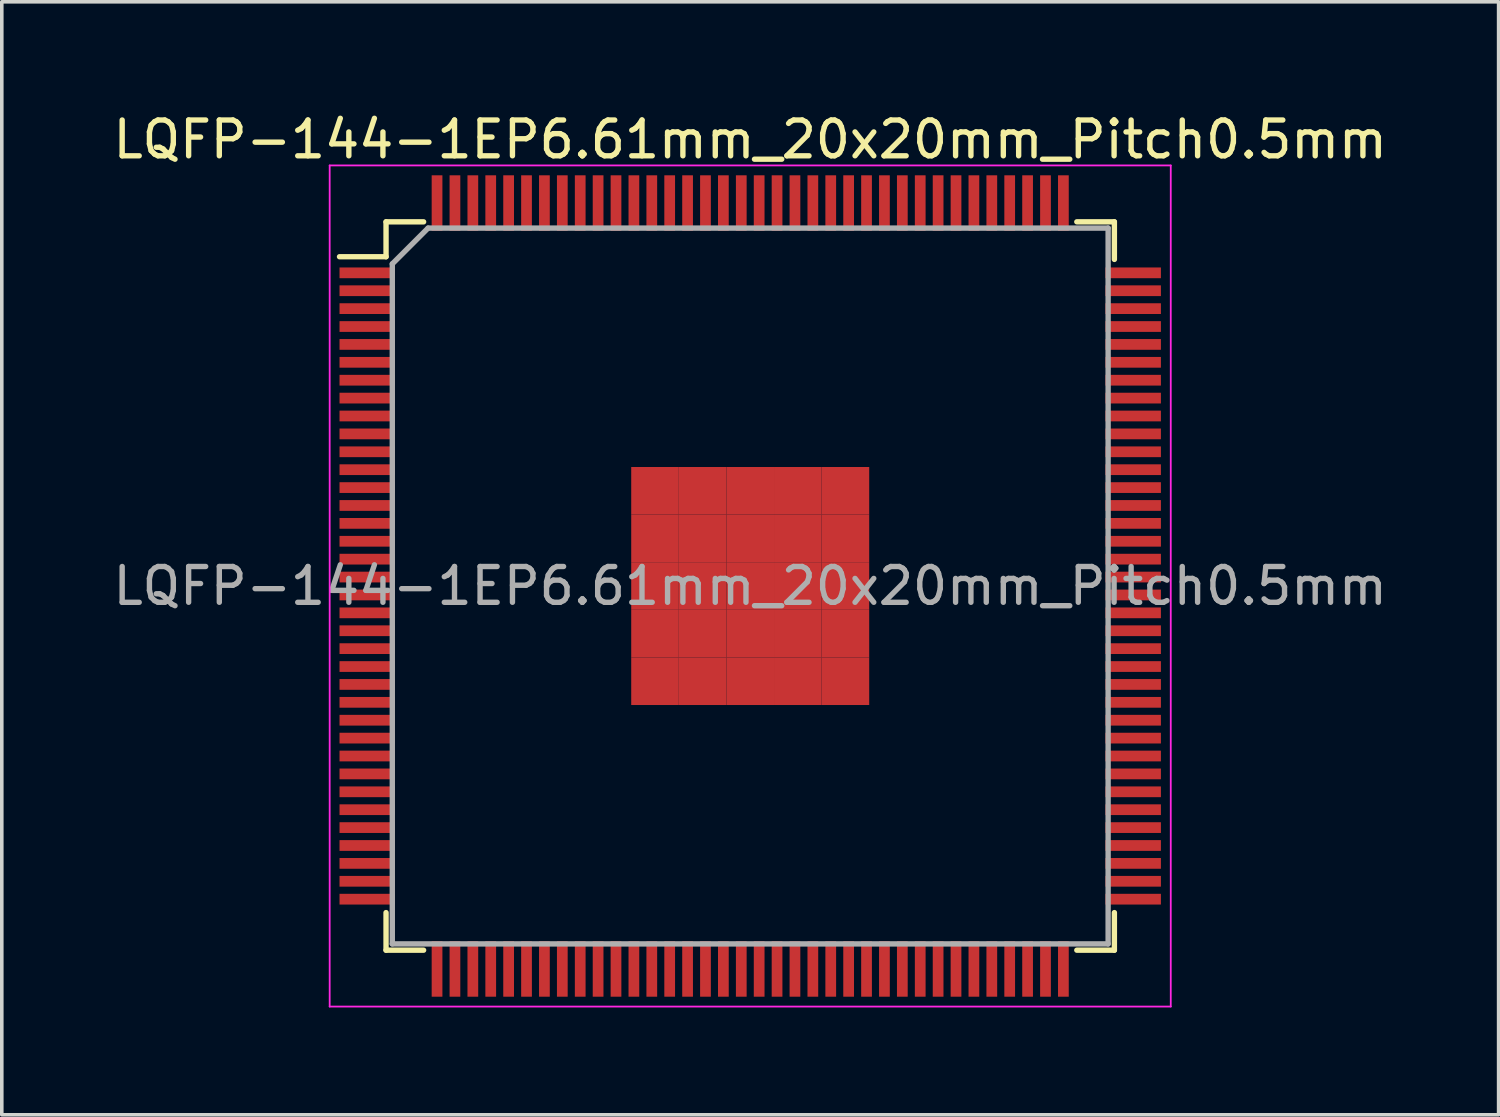
<source format=kicad_pcb>
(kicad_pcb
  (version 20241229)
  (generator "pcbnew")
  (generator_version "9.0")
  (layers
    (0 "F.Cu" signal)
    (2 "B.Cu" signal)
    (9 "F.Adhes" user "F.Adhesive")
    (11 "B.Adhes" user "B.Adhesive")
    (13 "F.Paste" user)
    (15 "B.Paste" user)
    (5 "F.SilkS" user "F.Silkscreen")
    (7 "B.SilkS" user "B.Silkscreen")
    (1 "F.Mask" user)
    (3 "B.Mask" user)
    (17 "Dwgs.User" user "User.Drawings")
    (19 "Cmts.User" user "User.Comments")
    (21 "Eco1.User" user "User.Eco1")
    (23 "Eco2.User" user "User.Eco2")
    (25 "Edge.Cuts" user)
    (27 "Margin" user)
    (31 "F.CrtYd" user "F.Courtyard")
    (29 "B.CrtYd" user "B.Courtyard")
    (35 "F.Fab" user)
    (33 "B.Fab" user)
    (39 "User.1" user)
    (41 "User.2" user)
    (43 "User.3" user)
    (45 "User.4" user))
  (footprint "LQFP-144-1EP6.61mm_20x20mm_Pitch0.5mm"
    (layer "F.Cu")
    (at 17.911 13.323)
    (property "Reference" "LQFP-144-1EP6.61mm_20x20mm_Pitch0.5mm" (at 0 -12.475 0) (layer "F.SilkS") (effects (font (size 1 1) (thickness 0.15))))
    (attr smd)
    (fp_line (start -10.175 -10.175) (end -10.175 -9.2) (stroke (width 0.15) (type solid)) (layer "F.SilkS"))
    (fp_line (start -10.175 -10.175) (end -9.125 -10.175) (stroke (width 0.15) (type solid)) (layer "F.SilkS"))
    (fp_line (start -10.175 -9.2) (end -11.475 -9.2) (stroke (width 0.15) (type solid)) (layer "F.SilkS"))
    (fp_line (start -10.175 10.175) (end -10.175 9.125) (stroke (width 0.15) (type solid)) (layer "F.SilkS"))
    (fp_line (start -10.175 10.175) (end -9.125 10.175) (stroke (width 0.15) (type solid)) (layer "F.SilkS"))
    (fp_line (start 10.175 -10.175) (end 9.125 -10.175) (stroke (width 0.15) (type solid)) (layer "F.SilkS"))
    (fp_line (start 10.175 -10.175) (end 10.175 -9.125) (stroke (width 0.15) (type solid)) (layer "F.SilkS"))
    (fp_line (start 10.175 10.175) (end 9.125 10.175) (stroke (width 0.15) (type solid)) (layer "F.SilkS"))
    (fp_line (start 10.175 10.175) (end 10.175 9.125) (stroke (width 0.15) (type solid)) (layer "F.SilkS"))
    (fp_line (start -11.75 -11.75) (end -11.75 11.75) (stroke (width 0.05) (type solid)) (layer "F.CrtYd"))
    (fp_line (start -11.75 -11.75) (end 11.75 -11.75) (stroke (width 0.05) (type solid)) (layer "F.CrtYd"))
    (fp_line (start -11.75 11.75) (end 11.75 11.75) (stroke (width 0.05) (type solid)) (layer "F.CrtYd"))
    (fp_line (start 11.75 -11.75) (end 11.75 11.75) (stroke (width 0.05) (type solid)) (layer "F.CrtYd"))
    (fp_line (start -10 -9) (end -9 -10) (stroke (width 0.15) (type solid)) (layer "F.Fab"))
    (fp_line (start -10 10) (end -10 -9) (stroke (width 0.15) (type solid)) (layer "F.Fab"))
    (fp_line (start -9 -10) (end 10 -10) (stroke (width 0.15) (type solid)) (layer "F.Fab"))
    (fp_line (start 10 -10) (end 10 10) (stroke (width 0.15) (type solid)) (layer "F.Fab"))
    (fp_line (start 10 10) (end -10 10) (stroke (width 0.15) (type solid)) (layer "F.Fab"))
    (fp_text user "${REFERENCE}" (at 0 0 0) (layer "F.Fab") (effects (font (size 1 1) (thickness 0.15))))
    (pad "1" smd rect (at -10.7 -8.75) (size 1.55 0.3) (layers "F.Cu" "F.Mask" "F.Paste"))
    (pad "2" smd rect (at -10.7 -8.25) (size 1.55 0.3) (layers "F.Cu" "F.Mask" "F.Paste"))
    (pad "3" smd rect (at -10.7 -7.75) (size 1.55 0.3) (layers "F.Cu" "F.Mask" "F.Paste"))
    (pad "4" smd rect (at -10.7 -7.25) (size 1.55 0.3) (layers "F.Cu" "F.Mask" "F.Paste"))
    (pad "5" smd rect (at -10.7 -6.75) (size 1.55 0.3) (layers "F.Cu" "F.Mask" "F.Paste"))
    (pad "6" smd rect (at -10.7 -6.25) (size 1.55 0.3) (layers "F.Cu" "F.Mask" "F.Paste"))
    (pad "7" smd rect (at -10.7 -5.75) (size 1.55 0.3) (layers "F.Cu" "F.Mask" "F.Paste"))
    (pad "8" smd rect (at -10.7 -5.25) (size 1.55 0.3) (layers "F.Cu" "F.Mask" "F.Paste"))
    (pad "9" smd rect (at -10.7 -4.75) (size 1.55 0.3) (layers "F.Cu" "F.Mask" "F.Paste"))
    (pad "10" smd rect (at -10.7 -4.25) (size 1.55 0.3) (layers "F.Cu" "F.Mask" "F.Paste"))
    (pad "11" smd rect (at -10.7 -3.75) (size 1.55 0.3) (layers "F.Cu" "F.Mask" "F.Paste"))
    (pad "12" smd rect (at -10.7 -3.25) (size 1.55 0.3) (layers "F.Cu" "F.Mask" "F.Paste"))
    (pad "13" smd rect (at -10.7 -2.75) (size 1.55 0.3) (layers "F.Cu" "F.Mask" "F.Paste"))
    (pad "14" smd rect (at -10.7 -2.25) (size 1.55 0.3) (layers "F.Cu" "F.Mask" "F.Paste"))
    (pad "15" smd rect (at -10.7 -1.75) (size 1.55 0.3) (layers "F.Cu" "F.Mask" "F.Paste"))
    (pad "16" smd rect (at -10.7 -1.25) (size 1.55 0.3) (layers "F.Cu" "F.Mask" "F.Paste"))
    (pad "17" smd rect (at -10.7 -0.75) (size 1.55 0.3) (layers "F.Cu" "F.Mask" "F.Paste"))
    (pad "18" smd rect (at -10.7 -0.25) (size 1.55 0.3) (layers "F.Cu" "F.Mask" "F.Paste"))
    (pad "19" smd rect (at -10.7 0.25) (size 1.55 0.3) (layers "F.Cu" "F.Mask" "F.Paste"))
    (pad "20" smd rect (at -10.7 0.75) (size 1.55 0.3) (layers "F.Cu" "F.Mask" "F.Paste"))
    (pad "21" smd rect (at -10.7 1.25) (size 1.55 0.3) (layers "F.Cu" "F.Mask" "F.Paste"))
    (pad "22" smd rect (at -10.7 1.75) (size 1.55 0.3) (layers "F.Cu" "F.Mask" "F.Paste"))
    (pad "23" smd rect (at -10.7 2.25) (size 1.55 0.3) (layers "F.Cu" "F.Mask" "F.Paste"))
    (pad "24" smd rect (at -10.7 2.75) (size 1.55 0.3) (layers "F.Cu" "F.Mask" "F.Paste"))
    (pad "25" smd rect (at -10.7 3.25) (size 1.55 0.3) (layers "F.Cu" "F.Mask" "F.Paste"))
    (pad "26" smd rect (at -10.7 3.75) (size 1.55 0.3) (layers "F.Cu" "F.Mask" "F.Paste"))
    (pad "27" smd rect (at -10.7 4.25) (size 1.55 0.3) (layers "F.Cu" "F.Mask" "F.Paste"))
    (pad "28" smd rect (at -10.7 4.75) (size 1.55 0.3) (layers "F.Cu" "F.Mask" "F.Paste"))
    (pad "29" smd rect (at -10.7 5.25) (size 1.55 0.3) (layers "F.Cu" "F.Mask" "F.Paste"))
    (pad "30" smd rect (at -10.7 5.75) (size 1.55 0.3) (layers "F.Cu" "F.Mask" "F.Paste"))
    (pad "31" smd rect (at -10.7 6.25) (size 1.55 0.3) (layers "F.Cu" "F.Mask" "F.Paste"))
    (pad "32" smd rect (at -10.7 6.75) (size 1.55 0.3) (layers "F.Cu" "F.Mask" "F.Paste"))
    (pad "33" smd rect (at -10.7 7.25) (size 1.55 0.3) (layers "F.Cu" "F.Mask" "F.Paste"))
    (pad "34" smd rect (at -10.7 7.75) (size 1.55 0.3) (layers "F.Cu" "F.Mask" "F.Paste"))
    (pad "35" smd rect (at -10.7 8.25) (size 1.55 0.3) (layers "F.Cu" "F.Mask" "F.Paste"))
    (pad "36" smd rect (at -10.7 8.75) (size 1.55 0.3) (layers "F.Cu" "F.Mask" "F.Paste"))
    (pad "37" smd rect (at -8.75 10.7 90) (size 1.55 0.3) (layers "F.Cu" "F.Mask" "F.Paste"))
    (pad "38" smd rect (at -8.25 10.7 90) (size 1.55 0.3) (layers "F.Cu" "F.Mask" "F.Paste"))
    (pad "39" smd rect (at -7.75 10.7 90) (size 1.55 0.3) (layers "F.Cu" "F.Mask" "F.Paste"))
    (pad "40" smd rect (at -7.25 10.7 90) (size 1.55 0.3) (layers "F.Cu" "F.Mask" "F.Paste"))
    (pad "41" smd rect (at -6.75 10.7 90) (size 1.55 0.3) (layers "F.Cu" "F.Mask" "F.Paste"))
    (pad "42" smd rect (at -6.25 10.7 90) (size 1.55 0.3) (layers "F.Cu" "F.Mask" "F.Paste"))
    (pad "43" smd rect (at -5.75 10.7 90) (size 1.55 0.3) (layers "F.Cu" "F.Mask" "F.Paste"))
    (pad "44" smd rect (at -5.25 10.7 90) (size 1.55 0.3) (layers "F.Cu" "F.Mask" "F.Paste"))
    (pad "45" smd rect (at -4.75 10.7 90) (size 1.55 0.3) (layers "F.Cu" "F.Mask" "F.Paste"))
    (pad "46" smd rect (at -4.25 10.7 90) (size 1.55 0.3) (layers "F.Cu" "F.Mask" "F.Paste"))
    (pad "47" smd rect (at -3.75 10.7 90) (size 1.55 0.3) (layers "F.Cu" "F.Mask" "F.Paste"))
    (pad "48" smd rect (at -3.25 10.7 90) (size 1.55 0.3) (layers "F.Cu" "F.Mask" "F.Paste"))
    (pad "49" smd rect (at -2.75 10.7 90) (size 1.55 0.3) (layers "F.Cu" "F.Mask" "F.Paste"))
    (pad "50" smd rect (at -2.25 10.7 90) (size 1.55 0.3) (layers "F.Cu" "F.Mask" "F.Paste"))
    (pad "51" smd rect (at -1.75 10.7 90) (size 1.55 0.3) (layers "F.Cu" "F.Mask" "F.Paste"))
    (pad "52" smd rect (at -1.25 10.7 90) (size 1.55 0.3) (layers "F.Cu" "F.Mask" "F.Paste"))
    (pad "53" smd rect (at -0.75 10.7 90) (size 1.55 0.3) (layers "F.Cu" "F.Mask" "F.Paste"))
    (pad "54" smd rect (at -0.25 10.7 90) (size 1.55 0.3) (layers "F.Cu" "F.Mask" "F.Paste"))
    (pad "55" smd rect (at 0.25 10.7 90) (size 1.55 0.3) (layers "F.Cu" "F.Mask" "F.Paste"))
    (pad "56" smd rect (at 0.75 10.7 90) (size 1.55 0.3) (layers "F.Cu" "F.Mask" "F.Paste"))
    (pad "57" smd rect (at 1.25 10.7 90) (size 1.55 0.3) (layers "F.Cu" "F.Mask" "F.Paste"))
    (pad "58" smd rect (at 1.75 10.7 90) (size 1.55 0.3) (layers "F.Cu" "F.Mask" "F.Paste"))
    (pad "59" smd rect (at 2.25 10.7 90) (size 1.55 0.3) (layers "F.Cu" "F.Mask" "F.Paste"))
    (pad "60" smd rect (at 2.75 10.7 90) (size 1.55 0.3) (layers "F.Cu" "F.Mask" "F.Paste"))
    (pad "61" smd rect (at 3.25 10.7 90) (size 1.55 0.3) (layers "F.Cu" "F.Mask" "F.Paste"))
    (pad "62" smd rect (at 3.75 10.7 90) (size 1.55 0.3) (layers "F.Cu" "F.Mask" "F.Paste"))
    (pad "63" smd rect (at 4.25 10.7 90) (size 1.55 0.3) (layers "F.Cu" "F.Mask" "F.Paste"))
    (pad "64" smd rect (at 4.75 10.7 90) (size 1.55 0.3) (layers "F.Cu" "F.Mask" "F.Paste"))
    (pad "65" smd rect (at 5.25 10.7 90) (size 1.55 0.3) (layers "F.Cu" "F.Mask" "F.Paste"))
    (pad "66" smd rect (at 5.75 10.7 90) (size 1.55 0.3) (layers "F.Cu" "F.Mask" "F.Paste"))
    (pad "67" smd rect (at 6.25 10.7 90) (size 1.55 0.3) (layers "F.Cu" "F.Mask" "F.Paste"))
    (pad "68" smd rect (at 6.75 10.7 90) (size 1.55 0.3) (layers "F.Cu" "F.Mask" "F.Paste"))
    (pad "69" smd rect (at 7.25 10.7 90) (size 1.55 0.3) (layers "F.Cu" "F.Mask" "F.Paste"))
    (pad "70" smd rect (at 7.75 10.7 90) (size 1.55 0.3) (layers "F.Cu" "F.Mask" "F.Paste"))
    (pad "71" smd rect (at 8.25 10.7 90) (size 1.55 0.3) (layers "F.Cu" "F.Mask" "F.Paste"))
    (pad "72" smd rect (at 8.75 10.7 90) (size 1.55 0.3) (layers "F.Cu" "F.Mask" "F.Paste"))
    (pad "73" smd rect (at 10.7 8.75) (size 1.55 0.3) (layers "F.Cu" "F.Mask" "F.Paste"))
    (pad "74" smd rect (at 10.7 8.25) (size 1.55 0.3) (layers "F.Cu" "F.Mask" "F.Paste"))
    (pad "75" smd rect (at 10.7 7.75) (size 1.55 0.3) (layers "F.Cu" "F.Mask" "F.Paste"))
    (pad "76" smd rect (at 10.7 7.25) (size 1.55 0.3) (layers "F.Cu" "F.Mask" "F.Paste"))
    (pad "77" smd rect (at 10.7 6.75) (size 1.55 0.3) (layers "F.Cu" "F.Mask" "F.Paste"))
    (pad "78" smd rect (at 10.7 6.25) (size 1.55 0.3) (layers "F.Cu" "F.Mask" "F.Paste"))
    (pad "79" smd rect (at 10.7 5.75) (size 1.55 0.3) (layers "F.Cu" "F.Mask" "F.Paste"))
    (pad "80" smd rect (at 10.7 5.25) (size 1.55 0.3) (layers "F.Cu" "F.Mask" "F.Paste"))
    (pad "81" smd rect (at 10.7 4.75) (size 1.55 0.3) (layers "F.Cu" "F.Mask" "F.Paste"))
    (pad "82" smd rect (at 10.7 4.25) (size 1.55 0.3) (layers "F.Cu" "F.Mask" "F.Paste"))
    (pad "83" smd rect (at 10.7 3.75) (size 1.55 0.3) (layers "F.Cu" "F.Mask" "F.Paste"))
    (pad "84" smd rect (at 10.7 3.25) (size 1.55 0.3) (layers "F.Cu" "F.Mask" "F.Paste"))
    (pad "85" smd rect (at 10.7 2.75) (size 1.55 0.3) (layers "F.Cu" "F.Mask" "F.Paste"))
    (pad "86" smd rect (at 10.7 2.25) (size 1.55 0.3) (layers "F.Cu" "F.Mask" "F.Paste"))
    (pad "87" smd rect (at 10.7 1.75) (size 1.55 0.3) (layers "F.Cu" "F.Mask" "F.Paste"))
    (pad "88" smd rect (at 10.7 1.25) (size 1.55 0.3) (layers "F.Cu" "F.Mask" "F.Paste"))
    (pad "89" smd rect (at 10.7 0.75) (size 1.55 0.3) (layers "F.Cu" "F.Mask" "F.Paste"))
    (pad "90" smd rect (at 10.7 0.25) (size 1.55 0.3) (layers "F.Cu" "F.Mask" "F.Paste"))
    (pad "91" smd rect (at 10.7 -0.25) (size 1.55 0.3) (layers "F.Cu" "F.Mask" "F.Paste"))
    (pad "92" smd rect (at 10.7 -0.75) (size 1.55 0.3) (layers "F.Cu" "F.Mask" "F.Paste"))
    (pad "93" smd rect (at 10.7 -1.25) (size 1.55 0.3) (layers "F.Cu" "F.Mask" "F.Paste"))
    (pad "94" smd rect (at 10.7 -1.75) (size 1.55 0.3) (layers "F.Cu" "F.Mask" "F.Paste"))
    (pad "95" smd rect (at 10.7 -2.25) (size 1.55 0.3) (layers "F.Cu" "F.Mask" "F.Paste"))
    (pad "96" smd rect (at 10.7 -2.75) (size 1.55 0.3) (layers "F.Cu" "F.Mask" "F.Paste"))
    (pad "97" smd rect (at 10.7 -3.25) (size 1.55 0.3) (layers "F.Cu" "F.Mask" "F.Paste"))
    (pad "98" smd rect (at 10.7 -3.75) (size 1.55 0.3) (layers "F.Cu" "F.Mask" "F.Paste"))
    (pad "99" smd rect (at 10.7 -4.25) (size 1.55 0.3) (layers "F.Cu" "F.Mask" "F.Paste"))
    (pad "100" smd rect (at 10.7 -4.75) (size 1.55 0.3) (layers "F.Cu" "F.Mask" "F.Paste"))
    (pad "101" smd rect (at 10.7 -5.25) (size 1.55 0.3) (layers "F.Cu" "F.Mask" "F.Paste"))
    (pad "102" smd rect (at 10.7 -5.75) (size 1.55 0.3) (layers "F.Cu" "F.Mask" "F.Paste"))
    (pad "103" smd rect (at 10.7 -6.25) (size 1.55 0.3) (layers "F.Cu" "F.Mask" "F.Paste"))
    (pad "104" smd rect (at 10.7 -6.75) (size 1.55 0.3) (layers "F.Cu" "F.Mask" "F.Paste"))
    (pad "105" smd rect (at 10.7 -7.25) (size 1.55 0.3) (layers "F.Cu" "F.Mask" "F.Paste"))
    (pad "106" smd rect (at 10.7 -7.75) (size 1.55 0.3) (layers "F.Cu" "F.Mask" "F.Paste"))
    (pad "107" smd rect (at 10.7 -8.25) (size 1.55 0.3) (layers "F.Cu" "F.Mask" "F.Paste"))
    (pad "108" smd rect (at 10.7 -8.75) (size 1.55 0.3) (layers "F.Cu" "F.Mask" "F.Paste"))
    (pad "109" smd rect (at 8.75 -10.7 90) (size 1.55 0.3) (layers "F.Cu" "F.Mask" "F.Paste"))
    (pad "110" smd rect (at 8.25 -10.7 90) (size 1.55 0.3) (layers "F.Cu" "F.Mask" "F.Paste"))
    (pad "111" smd rect (at 7.75 -10.7 90) (size 1.55 0.3) (layers "F.Cu" "F.Mask" "F.Paste"))
    (pad "112" smd rect (at 7.25 -10.7 90) (size 1.55 0.3) (layers "F.Cu" "F.Mask" "F.Paste"))
    (pad "113" smd rect (at 6.75 -10.7 90) (size 1.55 0.3) (layers "F.Cu" "F.Mask" "F.Paste"))
    (pad "114" smd rect (at 6.25 -10.7 90) (size 1.55 0.3) (layers "F.Cu" "F.Mask" "F.Paste"))
    (pad "115" smd rect (at 5.75 -10.7 90) (size 1.55 0.3) (layers "F.Cu" "F.Mask" "F.Paste"))
    (pad "116" smd rect (at 5.25 -10.7 90) (size 1.55 0.3) (layers "F.Cu" "F.Mask" "F.Paste"))
    (pad "117" smd rect (at 4.75 -10.7 90) (size 1.55 0.3) (layers "F.Cu" "F.Mask" "F.Paste"))
    (pad "118" smd rect (at 4.25 -10.7 90) (size 1.55 0.3) (layers "F.Cu" "F.Mask" "F.Paste"))
    (pad "119" smd rect (at 3.75 -10.7 90) (size 1.55 0.3) (layers "F.Cu" "F.Mask" "F.Paste"))
    (pad "120" smd rect (at 3.25 -10.7 90) (size 1.55 0.3) (layers "F.Cu" "F.Mask" "F.Paste"))
    (pad "121" smd rect (at 2.75 -10.7 90) (size 1.55 0.3) (layers "F.Cu" "F.Mask" "F.Paste"))
    (pad "122" smd rect (at 2.25 -10.7 90) (size 1.55 0.3) (layers "F.Cu" "F.Mask" "F.Paste"))
    (pad "123" smd rect (at 1.75 -10.7 90) (size 1.55 0.3) (layers "F.Cu" "F.Mask" "F.Paste"))
    (pad "124" smd rect (at 1.25 -10.7 90) (size 1.55 0.3) (layers "F.Cu" "F.Mask" "F.Paste"))
    (pad "125" smd rect (at 0.75 -10.7 90) (size 1.55 0.3) (layers "F.Cu" "F.Mask" "F.Paste"))
    (pad "126" smd rect (at 0.25 -10.7 90) (size 1.55 0.3) (layers "F.Cu" "F.Mask" "F.Paste"))
    (pad "127" smd rect (at -0.25 -10.7 90) (size 1.55 0.3) (layers "F.Cu" "F.Mask" "F.Paste"))
    (pad "128" smd rect (at -0.75 -10.7 90) (size 1.55 0.3) (layers "F.Cu" "F.Mask" "F.Paste"))
    (pad "129" smd rect (at -1.25 -10.7 90) (size 1.55 0.3) (layers "F.Cu" "F.Mask" "F.Paste"))
    (pad "130" smd rect (at -1.75 -10.7 90) (size 1.55 0.3) (layers "F.Cu" "F.Mask" "F.Paste"))
    (pad "131" smd rect (at -2.25 -10.7 90) (size 1.55 0.3) (layers "F.Cu" "F.Mask" "F.Paste"))
    (pad "132" smd rect (at -2.75 -10.7 90) (size 1.55 0.3) (layers "F.Cu" "F.Mask" "F.Paste"))
    (pad "133" smd rect (at -3.25 -10.7 90) (size 1.55 0.3) (layers "F.Cu" "F.Mask" "F.Paste"))
    (pad "134" smd rect (at -3.75 -10.7 90) (size 1.55 0.3) (layers "F.Cu" "F.Mask" "F.Paste"))
    (pad "135" smd rect (at -4.25 -10.7 90) (size 1.55 0.3) (layers "F.Cu" "F.Mask" "F.Paste"))
    (pad "136" smd rect (at -4.75 -10.7 90) (size 1.55 0.3) (layers "F.Cu" "F.Mask" "F.Paste"))
    (pad "137" smd rect (at -5.25 -10.7 90) (size 1.55 0.3) (layers "F.Cu" "F.Mask" "F.Paste"))
    (pad "138" smd rect (at -5.75 -10.7 90) (size 1.55 0.3) (layers "F.Cu" "F.Mask" "F.Paste"))
    (pad "139" smd rect (at -6.25 -10.7 90) (size 1.55 0.3) (layers "F.Cu" "F.Mask" "F.Paste"))
    (pad "140" smd rect (at -6.75 -10.7 90) (size 1.55 0.3) (layers "F.Cu" "F.Mask" "F.Paste"))
    (pad "141" smd rect (at -7.25 -10.7 90) (size 1.55 0.3) (layers "F.Cu" "F.Mask" "F.Paste"))
    (pad "142" smd rect (at -7.75 -10.7 90) (size 1.55 0.3) (layers "F.Cu" "F.Mask" "F.Paste"))
    (pad "143" smd rect (at -8.25 -10.7 90) (size 1.55 0.3) (layers "F.Cu" "F.Mask" "F.Paste"))
    (pad "144" smd rect (at -8.75 -10.7 90) (size 1.55 0.3) (layers "F.Cu" "F.Mask" "F.Paste"))
    (pad "145" smd rect (at -2.66 -2.66) (size 1.33 1.33) (layers "F.Cu" "F.Mask" "F.Paste"))
    (pad "145" smd rect (at -2.66 -1.33) (size 1.33 1.33) (layers "F.Cu" "F.Mask" "F.Paste"))
    (pad "145" smd rect (at -2.66 0) (size 1.33 1.33) (layers "F.Cu" "F.Mask" "F.Paste"))
    (pad "145" smd rect (at -2.66 1.33) (size 1.33 1.33) (layers "F.Cu" "F.Mask" "F.Paste"))
    (pad "145" smd rect (at -2.66 2.66) (size 1.33 1.33) (layers "F.Cu" "F.Mask" "F.Paste"))
    (pad "145" smd rect (at -1.33 -2.66) (size 1.33 1.33) (layers "F.Cu" "F.Mask" "F.Paste"))
    (pad "145" smd rect (at -1.33 -1.33) (size 1.33 1.33) (layers "F.Cu" "F.Mask" "F.Paste"))
    (pad "145" smd rect (at -1.33 0) (size 1.33 1.33) (layers "F.Cu" "F.Mask" "F.Paste"))
    (pad "145" smd rect (at -1.33 1.33) (size 1.33 1.33) (layers "F.Cu" "F.Mask" "F.Paste"))
    (pad "145" smd rect (at -1.33 2.66) (size 1.33 1.33) (layers "F.Cu" "F.Mask" "F.Paste"))
    (pad "145" smd rect (at 0 -2.66) (size 1.33 1.33) (layers "F.Cu" "F.Mask" "F.Paste"))
    (pad "145" smd rect (at 0 -1.33) (size 1.33 1.33) (layers "F.Cu" "F.Mask" "F.Paste"))
    (pad "145" smd rect (at 0 0) (size 1.33 1.33) (layers "F.Cu" "F.Mask" "F.Paste"))
    (pad "145" smd rect (at 0 1.33) (size 1.33 1.33) (layers "F.Cu" "F.Mask" "F.Paste"))
    (pad "145" smd rect (at 0 2.66) (size 1.33 1.33) (layers "F.Cu" "F.Mask" "F.Paste"))
    (pad "145" smd rect (at 1.33 -2.66) (size 1.33 1.33) (layers "F.Cu" "F.Mask" "F.Paste"))
    (pad "145" smd rect (at 1.33 -1.33) (size 1.33 1.33) (layers "F.Cu" "F.Mask" "F.Paste"))
    (pad "145" smd rect (at 1.33 0) (size 1.33 1.33) (layers "F.Cu" "F.Mask" "F.Paste"))
    (pad "145" smd rect (at 1.33 1.33) (size 1.33 1.33) (layers "F.Cu" "F.Mask" "F.Paste"))
    (pad "145" smd rect (at 1.33 2.66) (size 1.33 1.33) (layers "F.Cu" "F.Mask" "F.Paste"))
    (pad "145" smd rect (at 2.66 -2.66) (size 1.33 1.33) (layers "F.Cu" "F.Mask" "F.Paste"))
    (pad "145" smd rect (at 2.66 -1.33) (size 1.33 1.33) (layers "F.Cu" "F.Mask" "F.Paste"))
    (pad "145" smd rect (at 2.66 0) (size 1.33 1.33) (layers "F.Cu" "F.Mask" "F.Paste"))
    (pad "145" smd rect (at 2.66 1.33) (size 1.33 1.33) (layers "F.Cu" "F.Mask" "F.Paste"))
    (pad "145" smd rect (at 2.66 2.66) (size 1.33 1.33) (layers "F.Cu" "F.Mask" "F.Paste")))
  (gr_rect
    (start -3 -3)
    (end 38.821 28.098)
    (stroke (width 0.1) (type default))
    (fill no)
    (layer "Edge.Cuts")))
</source>
